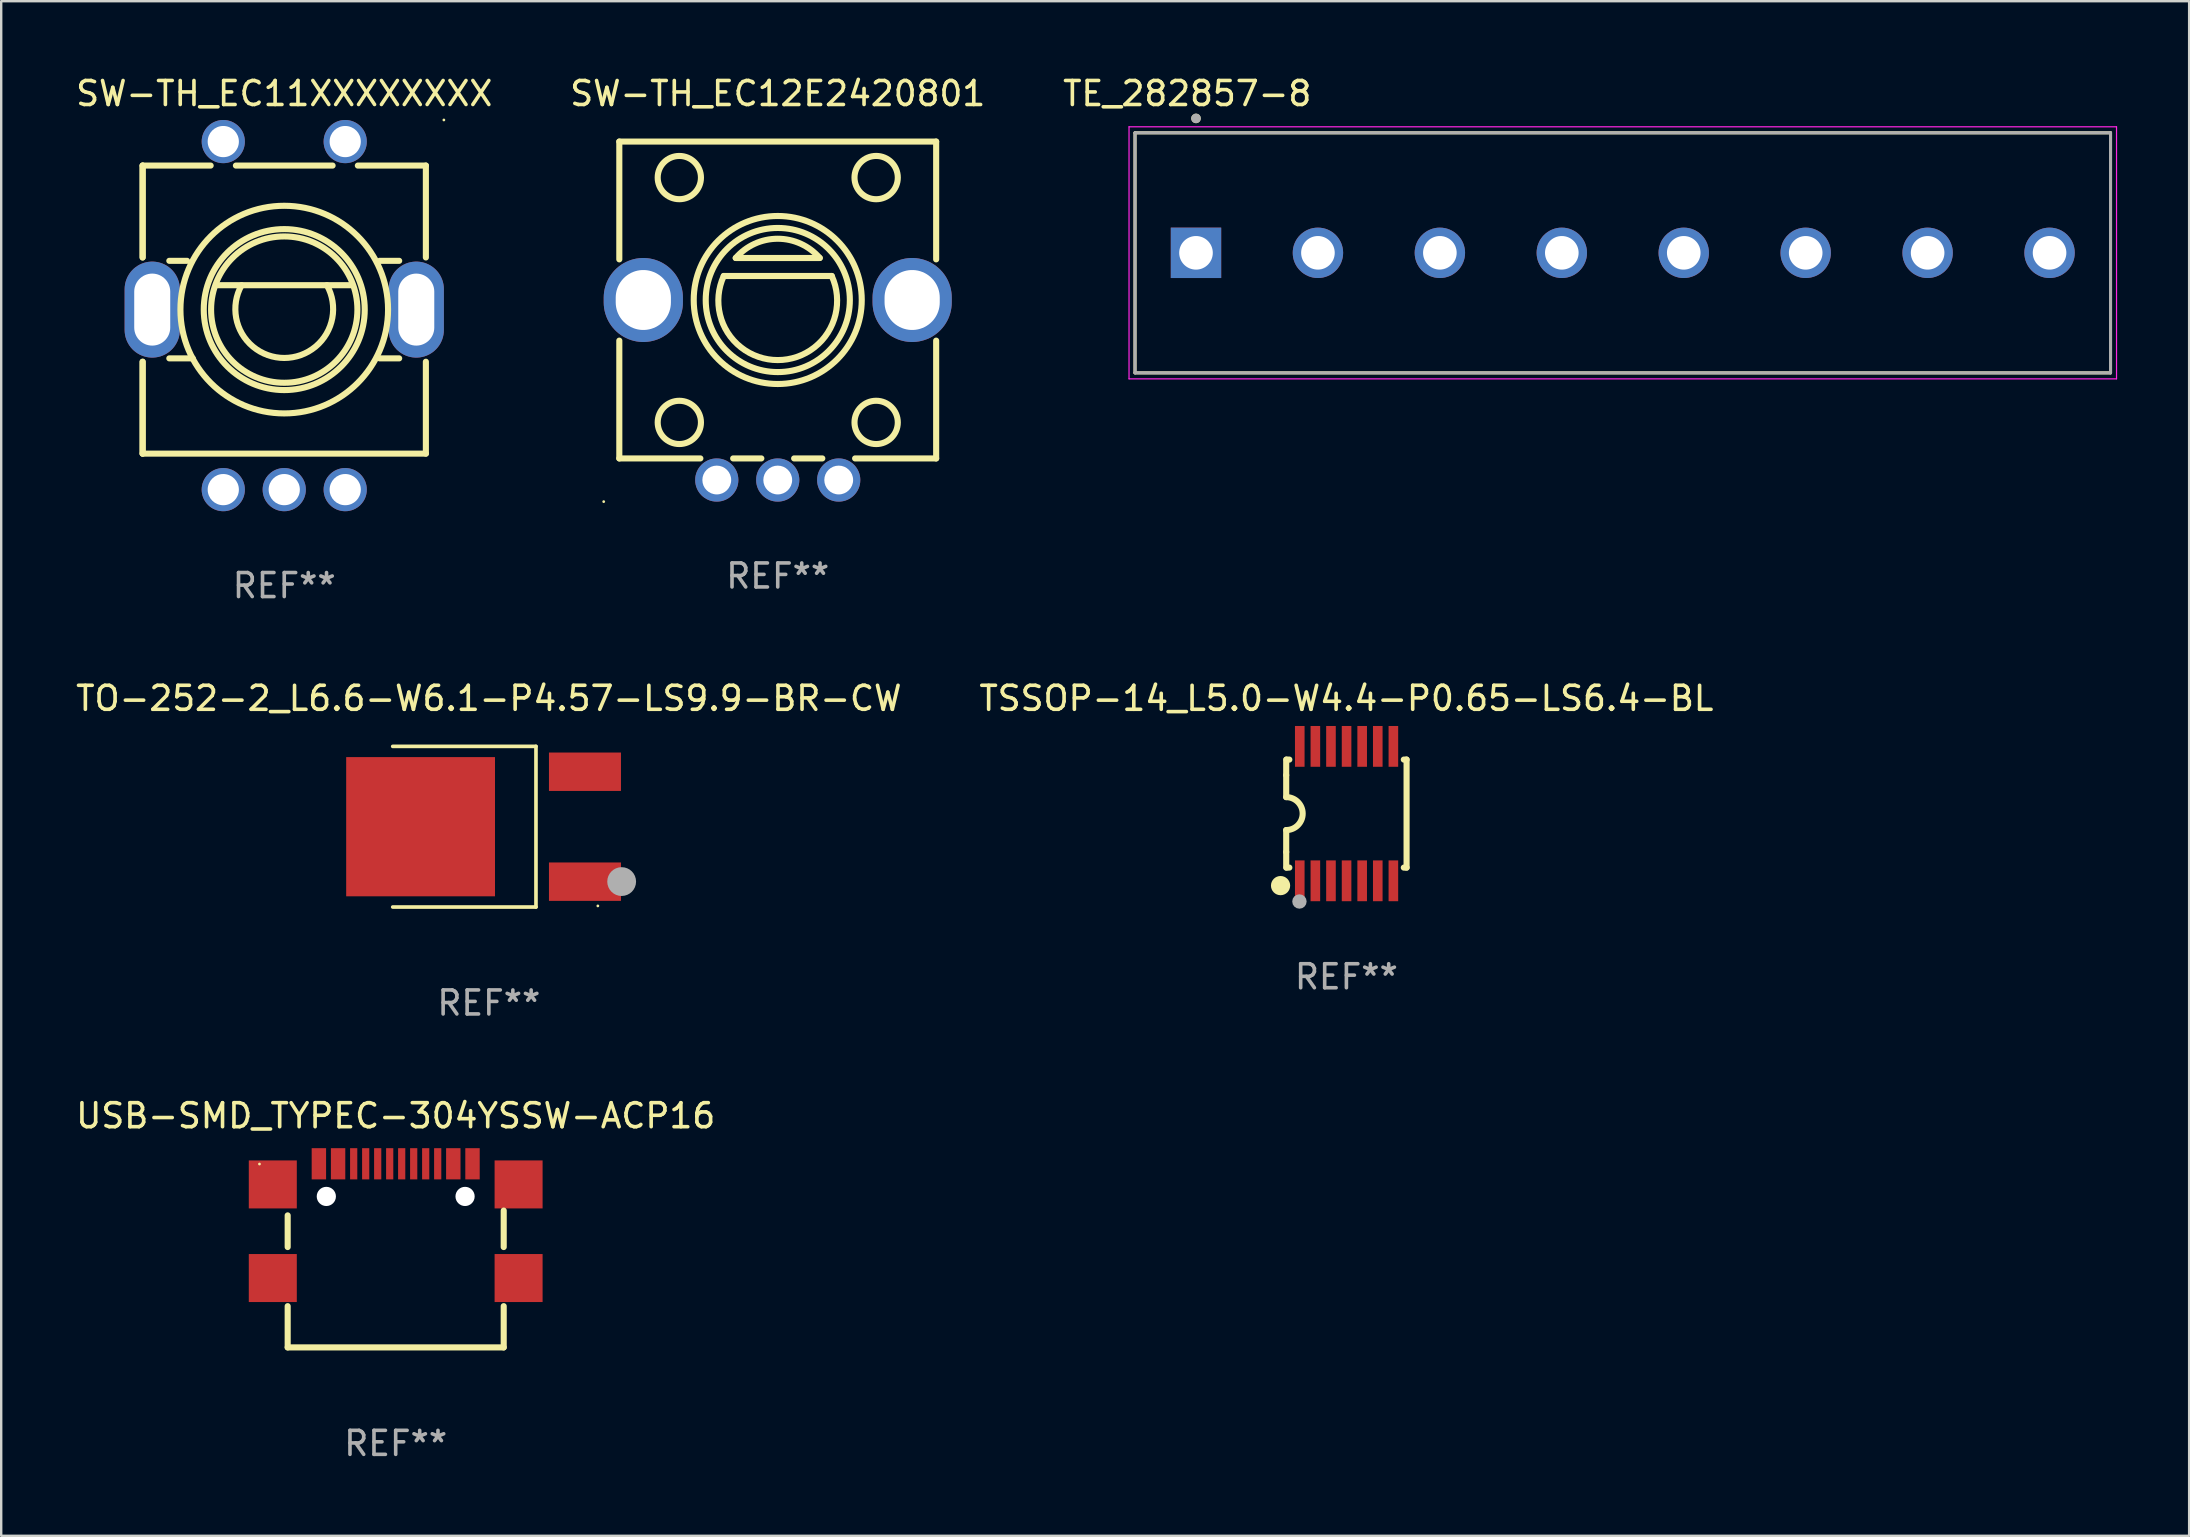
<source format=kicad_pcb>
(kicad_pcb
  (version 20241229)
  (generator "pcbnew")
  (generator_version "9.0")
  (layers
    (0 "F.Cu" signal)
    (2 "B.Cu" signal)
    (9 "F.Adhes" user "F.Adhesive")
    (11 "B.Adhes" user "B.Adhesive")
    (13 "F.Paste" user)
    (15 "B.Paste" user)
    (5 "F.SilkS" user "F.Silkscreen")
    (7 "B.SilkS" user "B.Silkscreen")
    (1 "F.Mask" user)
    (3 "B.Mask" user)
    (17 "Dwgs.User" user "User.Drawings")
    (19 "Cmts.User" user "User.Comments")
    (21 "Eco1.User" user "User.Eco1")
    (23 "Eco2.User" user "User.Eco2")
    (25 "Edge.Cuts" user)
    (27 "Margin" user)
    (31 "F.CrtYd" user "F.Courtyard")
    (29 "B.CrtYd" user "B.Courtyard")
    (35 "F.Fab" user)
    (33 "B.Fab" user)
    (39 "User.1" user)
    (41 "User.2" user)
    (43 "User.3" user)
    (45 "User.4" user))
  (footprint "SW-TH_EC12E2420801"
    (layer "F.Cu")
    (at 29.351 13.198)
    (property "Reference" "SW-TH_EC12E2420801" (at 0 -12.35 0) (layer "F.SilkS") (effects (font (size 1 1) (thickness 0.15))))
    (attr through_hole)
    (fp_line (start -6.6 -10.35) (end -6.6 -5.443) (stroke (width 0.254) (type solid)) (layer "F.SilkS"))
    (fp_line (start -6.6 -2.057) (end -6.6 2.85) (stroke (width 0.254) (type solid)) (layer "F.SilkS"))
    (fp_line (start -6.6 2.85) (end -3.223 2.85) (stroke (width 0.254) (type solid)) (layer "F.SilkS"))
    (fp_line (start -2.25 -4.75) (end 2.25 -4.75) (stroke (width 0.254) (type solid)) (layer "F.SilkS"))
    (fp_line (start -1.857 2.85) (end -0.683 2.85) (stroke (width 0.254) (type solid)) (layer "F.SilkS"))
    (fp_line (start -1.75 -5.5) (end 1.75 -5.5) (stroke (width 0.254) (type solid)) (layer "F.SilkS"))
    (fp_line (start 0.683 2.85) (end 1.857 2.85) (stroke (width 0.254) (type solid)) (layer "F.SilkS"))
    (fp_line (start 3.223 2.85) (end 6.6 2.85) (stroke (width 0.254) (type solid)) (layer "F.SilkS"))
    (fp_line (start 6.6 -10.35) (end -6.6 -10.35) (stroke (width 0.254) (type solid)) (layer "F.SilkS"))
    (fp_line (start 6.6 -5.443) (end 6.6 -10.35) (stroke (width 0.254) (type solid)) (layer "F.SilkS"))
    (fp_line (start 6.6 2.85) (end 6.6 -2.057) (stroke (width 0.254) (type solid)) (layer "F.SilkS"))
    (fp_arc (start -1.749987 -5.500051) (mid 0.000013 -6.301796) (end 1.750013 -5.500051) (stroke (width 0.254001) (type solid)) (layer "F.SilkS"))
    (fp_arc (start 2.250013 -4.750064) (mid 0.00006 -1.246986) (end -2.250026 -4.749979) (stroke (width 0.254001) (type solid)) (layer "F.SilkS"))
    (fp_circle (center -7.25 4.65) (end -7.22 4.65) (stroke (width 0.06) (type solid)) (fill no) (layer "F.SilkS"))
    (fp_circle (center -4.1 -8.85) (end -3.199 -8.85) (stroke (width 0.254) (type solid)) (fill no) (layer "F.SilkS"))
    (fp_circle (center -4.1 1.35) (end -3.199 1.35) (stroke (width 0.254) (type solid)) (fill no) (layer "F.SilkS"))
    (fp_circle (center 0 -3.75) (end 3.5 -3.75) (stroke (width 0.254) (type solid)) (fill no) (layer "F.SilkS"))
    (fp_circle (center 0.002 -3.749) (end 3.004 -3.749) (stroke (width 0.254) (type solid)) (fill no) (layer "F.SilkS"))
    (fp_circle (center 4.1 -8.85) (end 5.002 -8.85) (stroke (width 0.254) (type solid)) (fill no) (layer "F.SilkS"))
    (fp_circle (center 4.1 1.35) (end 5.002 1.35) (stroke (width 0.254) (type solid)) (fill no) (layer "F.SilkS"))
    (fp_text user "REF**" (at 0 7.75 0) (layer "F.Fab") (effects (font (size 1 1) (thickness 0.15))))
    (pad "A" thru_hole circle (at -2.54 3.75) (size 1.8 1.8) (drill 1.2) (layers "*.Cu" "*.Mask"))
    (pad "B" thru_hole circle (at 2.54 3.75) (size 1.8 1.8) (drill 1.2) (layers "*.Cu" "*.Mask"))
    (pad "C" thru_hole circle (at 0 3.75) (size 1.8 1.8) (drill 1.2) (layers "*.Cu" "*.Mask"))
    (pad "D" thru_hole oval (at 5.6 -3.75 90) (size 3.5 3.3) (drill oval 2.498 2.3) (layers "*.Cu" "*.Mask"))
    (pad "E" thru_hole oval (at -5.6 -3.75 90) (size 3.5 3.3) (drill oval 2.498 2.3) (layers "*.Cu" "*.Mask")))
  (footprint "TSSOP-14_L5.0-W4.4-P0.65-LS6.4-BL"
    (layer "F.Cu")
    (at 53.049 30.845)
    (property "Reference" "TSSOP-14_L5.0-W4.4-P0.65-LS6.4-BL" (at -0.007 -4.8 0) (layer "F.SilkS") (effects (font (size 1 1) (thickness 0.15))))
    (attr smd)
    (fp_line (start -2.515 -1.6) (end -2.515 -2.25) (stroke (width 0.254) (type solid)) (layer "F.SilkS"))
    (fp_line (start -2.515 -0.686) (end -2.515 -1.6) (stroke (width 0.254) (type solid)) (layer "F.SilkS"))
    (fp_line (start -2.515 1.6) (end -2.515 0.686) (stroke (width 0.254) (type solid)) (layer "F.SilkS"))
    (fp_line (start -2.515 1.6) (end -2.515 2.25) (stroke (width 0.254) (type solid)) (layer "F.SilkS"))
    (fp_line (start -2.5 -2.25) (end -2.384 -2.25) (stroke (width 0.254) (type solid)) (layer "F.SilkS"))
    (fp_line (start -2.384 2.25) (end -2.5 2.25) (stroke (width 0.254) (type solid)) (layer "F.SilkS"))
    (fp_line (start 2.384 -2.25) (end 2.5 -2.25) (stroke (width 0.254) (type solid)) (layer "F.SilkS"))
    (fp_line (start 2.5 -2.25) (end 2.5 2.25) (stroke (width 0.254) (type solid)) (layer "F.SilkS"))
    (fp_line (start 2.5 2.25) (end 2.384 2.25) (stroke (width 0.254) (type solid)) (layer "F.SilkS"))
    (fp_arc (start -2.514605 -0.685801) (mid -1.828804 0) (end -2.514605 0.685801) (stroke (width 0.254001) (type solid)) (layer "F.SilkS"))
    (fp_circle (center -2.75 3) (end -2.55 3) (stroke (width 0.4) (type solid)) (fill no) (layer "F.SilkS"))
    (fp_circle (center -2.5 3.2) (end -2.47 3.2) (stroke (width 0.06) (type solid)) (fill no) (layer "F.SilkS"))
    (fp_circle (center -1.964 3.662) (end -1.814 3.662) (stroke (width 0.3) (type solid)) (fill no) (layer "F.Fab"))
    (fp_text user "REF**" (at -0.007 6.8 0) (layer "F.Fab") (effects (font (size 1 1) (thickness 0.15))))
    (pad "1" smd rect (at -1.95 2.8) (size 0.4 1.7) (layers "F.Cu" "F.Mask" "F.Paste"))
    (pad "2" smd rect (at -1.3 2.8) (size 0.4 1.7) (layers "F.Cu" "F.Mask" "F.Paste"))
    (pad "3" smd rect (at -0.65 2.8) (size 0.4 1.7) (layers "F.Cu" "F.Mask" "F.Paste"))
    (pad "4" smd rect (at 0 2.8) (size 0.4 1.7) (layers "F.Cu" "F.Mask" "F.Paste"))
    (pad "5" smd rect (at 0.65 2.8) (size 0.4 1.7) (layers "F.Cu" "F.Mask" "F.Paste"))
    (pad "6" smd rect (at 1.3 2.8) (size 0.4 1.7) (layers "F.Cu" "F.Mask" "F.Paste"))
    (pad "7" smd rect (at 1.95 2.8) (size 0.4 1.7) (layers "F.Cu" "F.Mask" "F.Paste"))
    (pad "8" smd rect (at 1.95 -2.8) (size 0.4 1.7) (layers "F.Cu" "F.Mask" "F.Paste"))
    (pad "9" smd rect (at 1.3 -2.8) (size 0.4 1.7) (layers "F.Cu" "F.Mask" "F.Paste"))
    (pad "10" smd rect (at 0.65 -2.8) (size 0.4 1.7) (layers "F.Cu" "F.Mask" "F.Paste"))
    (pad "11" smd rect (at 0 -2.8) (size 0.4 1.7) (layers "F.Cu" "F.Mask" "F.Paste"))
    (pad "12" smd rect (at -0.65 -2.8) (size 0.4 1.7) (layers "F.Cu" "F.Mask" "F.Paste"))
    (pad "13" smd rect (at -1.3 -2.8) (size 0.4 1.7) (layers "F.Cu" "F.Mask" "F.Paste"))
    (pad "14" smd rect (at -1.95 -2.8) (size 0.4 1.7) (layers "F.Cu" "F.Mask" "F.Paste")))
  (footprint "SW-TH_EC11XXXXXXXX"
    (layer "F.Cu")
    (at 8.792 10.098)
    (property "Reference" "SW-TH_EC11XXXXXXXX" (at -0.000064 -9.25 0) (layer "F.SilkS") (effects (font (size 1 1) (thickness 0.15))))
    (attr through_hole)
    (fp_line (start -5.9 -6.25) (end -5.9 -2.422) (stroke (width 0.254) (type solid)) (layer "F.SilkS"))
    (fp_line (start -5.9 -6.25) (end -5.9 -2.422) (stroke (width 0.254) (type solid)) (layer "F.SilkS"))
    (fp_line (start -5.9 -6.25) (end -3.066 -6.25) (stroke (width 0.254) (type solid)) (layer "F.SilkS"))
    (fp_line (start -5.9 1.922) (end -5.9 5.75) (stroke (width 0.254) (type solid)) (layer "F.SilkS"))
    (fp_line (start -5.9 1.922) (end -5.9 5.75) (stroke (width 0.254) (type solid)) (layer "F.SilkS"))
    (fp_line (start -4.788 1.782) (end -3.81 1.782) (stroke (width 0.254) (type solid)) (layer "F.SilkS"))
    (fp_line (start -4.051 -2.282) (end -4.788 -2.282) (stroke (width 0.254) (type solid)) (layer "F.SilkS"))
    (fp_line (start -2.794 -1.266) (end 2.794 -1.266) (stroke (width 0.254) (type solid)) (layer "F.SilkS"))
    (fp_line (start -2.014 -6.25) (end 2.014 -6.25) (stroke (width 0.254) (type solid)) (layer "F.SilkS"))
    (fp_line (start 3.066 -6.25) (end 5.9 -6.25) (stroke (width 0.254) (type solid)) (layer "F.SilkS"))
    (fp_line (start 4.788 -2.282) (end 3.975 -2.282) (stroke (width 0.254) (type solid)) (layer "F.SilkS"))
    (fp_line (start 4.788 1.782) (end 3.975 1.782) (stroke (width 0.254) (type solid)) (layer "F.SilkS"))
    (fp_line (start 5.9 -2.422) (end 5.9 -6.25) (stroke (width 0.254) (type solid)) (layer "F.SilkS"))
    (fp_line (start 5.9 5.75) (end 5.9 1.922) (stroke (width 0.254) (type solid)) (layer "F.SilkS"))
    (fp_line (start 5.9 5.75) (end -5.9 5.75) (stroke (width 0.254) (type solid)) (layer "F.SilkS"))
    (fp_arc (start 1.777877 -1.266066) (mid -0.00017 1.764978) (end -1.778089 -1.266141) (stroke (width 0.254001) (type solid)) (layer "F.SilkS"))
    (fp_circle (center -0.000127 -0.25) (end 3.048 -0.25) (stroke (width 0.254) (type solid)) (fill no) (layer "F.SilkS"))
    (fp_circle (center -0.000127 -0.25) (end 3.353 -0.25) (stroke (width 0.254) (type solid)) (fill no) (layer "F.SilkS"))
    (fp_circle (center -0.000127 -0.25) (end 4.325 -0.25) (stroke (width 0.254) (type solid)) (fill no) (layer "F.SilkS"))
    (fp_circle (center 6.65 -8.15) (end 6.68 -8.15) (stroke (width 0.06) (type solid)) (fill no) (layer "F.SilkS"))
    (fp_text user "REF**" (at -0.000064 11.25 0) (layer "F.Fab") (effects (font (size 1 1) (thickness 0.15))))
    (pad "6" thru_hole oval (at 5.5 -0.25 90) (size 4 2.3) (drill oval 3 1.5) (layers "*.Cu" "*.Mask"))
    (pad "7" thru_hole oval (at -5.5 -0.25 90) (size 4 2.3) (drill oval 3 1.5) (layers "*.Cu" "*.Mask"))
    (pad "A" thru_hole circle (at -2.54 7.25) (size 1.8 1.8) (drill 1.3) (layers "*.Cu" "*.Mask"))
    (pad "B" thru_hole circle (at 2.54 7.25) (size 1.8 1.8) (drill 1.3) (layers "*.Cu" "*.Mask"))
    (pad "C" thru_hole circle (at -0.000127 7.25) (size 1.8 1.8) (drill 1.3) (layers "*.Cu" "*.Mask"))
    (pad "D" thru_hole circle (at -2.54 -7.25) (size 1.8 1.8) (drill 1.3) (layers "*.Cu" "*.Mask"))
    (pad "E" thru_hole circle (at 2.54 -7.25) (size 1.8 1.8) (drill 1.3) (layers "*.Cu" "*.Mask")))
  (footprint "TO-252-2_L6.6-W6.1-P4.57-LS9.9-BR-CW"
    (layer "F.Cu")
    (at 17.896 31.391)
    (property "Reference" "TO-252-2_L6.6-W6.1-P4.57-LS9.9-BR-CW" (at -0.58 -5.346 0) (layer "F.SilkS") (effects (font (size 1 1) (thickness 0.15))))
    (attr smd)
    (fp_line (start -4.585 -3.346) (end 1.383 -3.346) (stroke (width 0.152) (type solid)) (layer "F.SilkS"))
    (fp_line (start -4.585 3.346) (end 1.383 3.346) (stroke (width 0.152) (type solid)) (layer "F.SilkS"))
    (fp_line (start 1.383 3.346) (end 1.383 -3.346) (stroke (width 0.152) (type solid)) (layer "F.SilkS"))
    (fp_circle (center 3.961 3.3) (end 3.991 3.3) (stroke (width 0.06) (type solid)) (fill no) (layer "F.SilkS"))
    (fp_circle (center 4.953 2.286) (end 5.253 2.286) (stroke (width 0.6) (type solid)) (fill no) (layer "F.Fab"))
    (fp_text user "REF**" (at -0.58 7.346 0) (layer "F.Fab") (effects (font (size 1 1) (thickness 0.15))))
    (pad "1" smd rect (at 3.424 2.29) (size 3 1.6) (layers "F.Cu" "F.Mask" "F.Paste"))
    (pad "2" smd rect (at -3.424 0) (size 6.2 5.8) (layers "F.Cu" "F.Mask" "F.Paste"))
    (pad "3" smd rect (at 3.424 -2.29) (size 3 1.6) (layers "F.Cu" "F.Mask" "F.Paste")))
  (footprint "USB-SMD_TYPEC-304YSSW-ACP16"
    (layer "F.Cu")
    (at 13.435 47.814)
    (property "Reference" "USB-SMD_TYPEC-304YSSW-ACP16" (at 0 -4.38 0) (layer "F.SilkS") (effects (font (size 1 1) (thickness 0.15))))
    (attr smd)
    (fp_line (start -4.5 1.089) (end -4.5 -0.23) (stroke (width 0.254) (type solid)) (layer "F.SilkS"))
    (fp_line (start -4.5 5.27) (end -4.5 3.551) (stroke (width 0.254) (type solid)) (layer "F.SilkS"))
    (fp_line (start -4.5 5.27) (end 4.5 5.27) (stroke (width 0.254) (type solid)) (layer "F.SilkS"))
    (fp_line (start 4.5 1.089) (end 4.5 -0.43) (stroke (width 0.254) (type solid)) (layer "F.SilkS"))
    (fp_line (start 4.5 5.27) (end 4.5 3.551) (stroke (width 0.254) (type solid)) (layer "F.SilkS"))
    (fp_circle (center -5.675 -2.37) (end -5.645 -2.37) (stroke (width 0.06) (type solid)) (fill no) (layer "F.SilkS"))
    (fp_circle (center -2.89 -1.02) (end -2.765 -1.02) (stroke (width 0.25) (type solid)) (fill no) (layer "F.Fab"))
    (fp_circle (center 2.89 -1.02) (end 3.015 -1.02) (stroke (width 0.25) (type solid)) (fill no) (layer "F.Fab"))
    (fp_text user "REF**" (at 0 9.27 0) (layer "F.Fab") (effects (font (size 1 1) (thickness 0.15))))
    (pad "" np_thru_hole circle (at -2.89 -1.02) (size 0.8 0.8) (drill 0.8) (layers "*.Cu" "*.Mask"))
    (pad "" np_thru_hole circle (at 2.89 -1.02) (size 0.8 0.8) (drill 0.8) (layers "*.Cu" "*.Mask"))
    (pad "13" smd rect (at -5.12 -1.52) (size 2 2) (layers "F.Cu" "F.Mask" "F.Paste"))
    (pad "14" smd rect (at 5.12 -1.52) (size 2 2) (layers "F.Cu" "F.Mask" "F.Paste"))
    (pad "15" smd rect (at -5.12 2.38) (size 2 2) (layers "F.Cu" "F.Mask" "F.Paste"))
    (pad "16" smd rect (at 5.12 2.38) (size 2 2) (layers "F.Cu" "F.Mask" "F.Paste"))
    (pad "A1B12" smd rect (at -3.2 -2.38) (size 0.6 1.3) (layers "F.Cu" "F.Mask" "F.Paste"))
    (pad "A4B9" smd rect (at -2.4 -2.38) (size 0.6 1.3) (layers "F.Cu" "F.Mask" "F.Paste"))
    (pad "A5" smd rect (at -1.25 -2.38) (size 0.3 1.3) (layers "F.Cu" "F.Mask" "F.Paste"))
    (pad "A6" smd rect (at -0.25 -2.38) (size 0.3 1.3) (layers "F.Cu" "F.Mask" "F.Paste"))
    (pad "A7" smd rect (at 0.25 -2.38) (size 0.3 1.3) (layers "F.Cu" "F.Mask" "F.Paste"))
    (pad "A8" smd rect (at 1.25 -2.38) (size 0.3 1.3) (layers "F.Cu" "F.Mask" "F.Paste"))
    (pad "B1A12" smd rect (at 3.2 -2.38) (size 0.6 1.3) (layers "F.Cu" "F.Mask" "F.Paste"))
    (pad "B4A9" smd rect (at 2.4 -2.38) (size 0.6 1.3) (layers "F.Cu" "F.Mask" "F.Paste"))
    (pad "B5" smd rect (at 1.75 -2.38) (size 0.3 1.3) (layers "F.Cu" "F.Mask" "F.Paste"))
    (pad "B6" smd rect (at 0.75 -2.38) (size 0.3 1.3) (layers "F.Cu" "F.Mask" "F.Paste"))
    (pad "B7" smd rect (at -0.75 -2.38) (size 0.3 1.3) (layers "F.Cu" "F.Mask" "F.Paste"))
    (pad "B8" smd rect (at -1.75 -2.38) (size 0.3 1.3) (layers "F.Cu" "F.Mask" "F.Paste")))
  (footprint "TE_282857-8"
    (layer "F.Cu")
    (at 64.556 7.483)
    (property "Reference" "TE_282857-8" (at -18.145 -6.635 0) (layer "F.SilkS") (effects (font (size 1 1) (thickness 0.15))))
    (attr through_hole)
    (fp_line (start -20.32 -5) (end 20.32 -5) (stroke (width 0.127) (type solid)) (layer "F.SilkS"))
    (fp_line (start -20.32 5) (end -20.32 -5) (stroke (width 0.127) (type solid)) (layer "F.SilkS"))
    (fp_line (start 20.32 -5) (end 20.32 5) (stroke (width 0.127) (type solid)) (layer "F.SilkS"))
    (fp_line (start 20.32 5) (end -20.32 5) (stroke (width 0.127) (type solid)) (layer "F.SilkS"))
    (fp_circle (center -17.78 -5.6) (end -17.68 -5.6) (stroke (width 0.2) (type solid)) (fill no) (layer "F.SilkS"))
    (fp_line (start -20.57 -5.25) (end 20.57 -5.25) (stroke (width 0.05) (type solid)) (layer "F.CrtYd"))
    (fp_line (start -20.57 5.25) (end -20.57 -5.25) (stroke (width 0.05) (type solid)) (layer "F.CrtYd"))
    (fp_line (start 20.57 -5.25) (end 20.57 5.25) (stroke (width 0.05) (type solid)) (layer "F.CrtYd"))
    (fp_line (start 20.57 5.25) (end -20.57 5.25) (stroke (width 0.05) (type solid)) (layer "F.CrtYd"))
    (fp_line (start -20.32 -5) (end 20.32 -5) (stroke (width 0.127) (type solid)) (layer "F.Fab"))
    (fp_line (start -20.32 5) (end -20.32 -5) (stroke (width 0.127) (type solid)) (layer "F.Fab"))
    (fp_line (start 20.32 -5) (end 20.32 5) (stroke (width 0.127) (type solid)) (layer "F.Fab"))
    (fp_line (start 20.32 5) (end -20.32 5) (stroke (width 0.127) (type solid)) (layer "F.Fab"))
    (fp_circle (center -17.78 -5.6) (end -17.68 -5.6) (stroke (width 0.2) (type solid)) (fill no) (layer "F.Fab"))
    (pad "1" thru_hole rect (at -17.78 0) (size 2.1 2.1) (drill 1.4) (layers "*.Cu" "*.Mask"))
    (pad "2" thru_hole circle (at -12.7 0) (size 2.1 2.1) (drill 1.4) (layers "*.Cu" "*.Mask"))
    (pad "3" thru_hole circle (at -7.62 0) (size 2.1 2.1) (drill 1.4) (layers "*.Cu" "*.Mask"))
    (pad "4" thru_hole circle (at -2.54 0) (size 2.1 2.1) (drill 1.4) (layers "*.Cu" "*.Mask"))
    (pad "5" thru_hole circle (at 2.54 0) (size 2.1 2.1) (drill 1.4) (layers "*.Cu" "*.Mask"))
    (pad "6" thru_hole circle (at 7.62 0) (size 2.1 2.1) (drill 1.4) (layers "*.Cu" "*.Mask"))
    (pad "7" thru_hole circle (at 12.7 0) (size 2.1 2.1) (drill 1.4) (layers "*.Cu" "*.Mask"))
    (pad "8" thru_hole circle (at 17.78 0) (size 2.1 2.1) (drill 1.4) (layers "*.Cu" "*.Mask")))
  (gr_rect
    (start -3 -3)
    (end 88.151 60.932)
    (stroke (width 0.1) (type default))
    (fill no)
    (layer "Edge.Cuts")))
</source>
